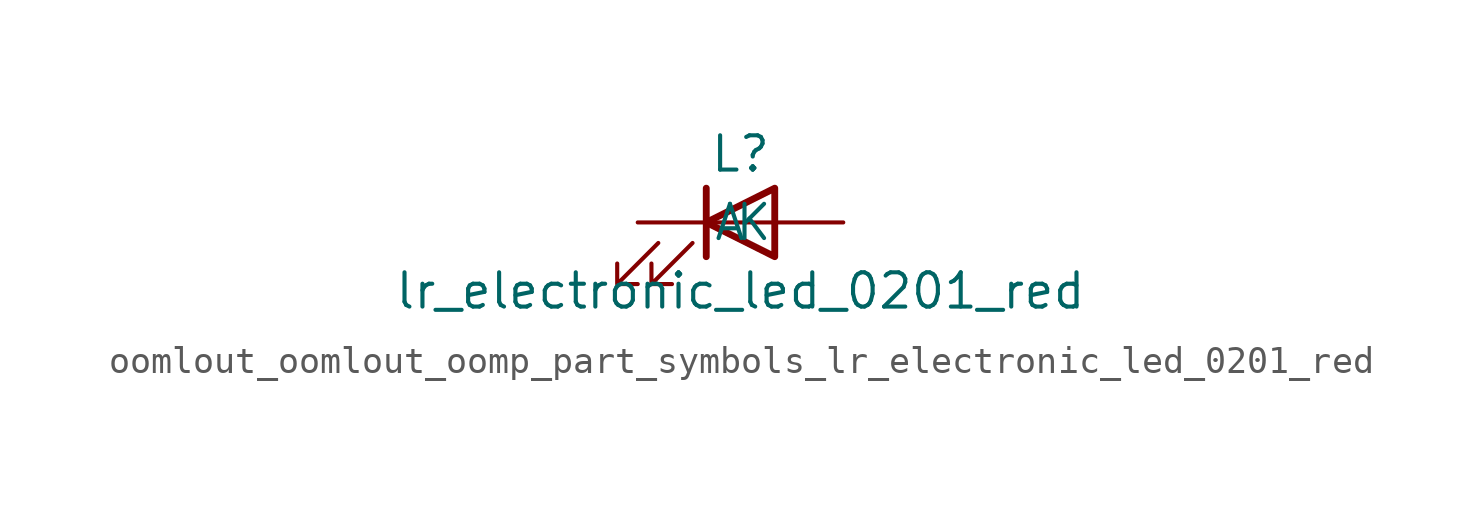
<source format=kicad_sym>
(kicad_symbol_lib
  (version 20220914)
  (generator kicad_symbol_editor)
  (symbol "oomlout_oomlout_oomp_part_symbols_lr_electronic_led_0201_red"
    (pin_numbers hide)
    (pin_names
      (offset 1.016))
    (property "Reference" "L"
      (at 0 2.54 0)
      (effects (font (size 1.27 1.27))))
    (property "Value" "lr_electronic_led_0201_red"
      (at 0 -2.54 0)
      (effects (font (size 1.27 1.27))))
    (symbol "oomlout_oomlout_oomp_part_symbols_lr_electronic_led_0201_red_0_1"
      (polyline (pts (xy -1.27 -1.27) (xy -1.27 1.27)) (stroke (width 0.254) (type default)) (fill (type none)))
      (polyline (pts (xy -1.27 0) (xy 1.27 0)) (stroke (width 0) (type default)) (fill (type none)))
      (polyline (pts (xy 1.27 -1.27) (xy 1.27 1.27) (xy -1.27 0) (xy 1.27 -1.27)) (stroke (width 0.254) (type default)) (fill (type none)))
      (polyline (pts (xy -3.048 -0.762) (xy -4.572 -2.286) (xy -3.81 -2.286) (xy -4.572 -2.286) (xy -4.572 -1.524)) (stroke (width 0) (type default)) (fill (type none)))
      (polyline (pts (xy -1.778 -0.762) (xy -3.302 -2.286) (xy -2.54 -2.286) (xy -3.302 -2.286) (xy -3.302 -1.524)) (stroke (width 0) (type default)) (fill (type none))))
    (symbol "oomlout_oomlout_oomp_part_symbols_lr_electronic_led_0201_red_1_1"
      (pin passive line (at -3.81 0 0) (length 2.54) (name "K" (effects (font (size 1.27 1.27)))) (number "1" (effects (font (size 1.27 1.27)))))
      (pin passive line (at 3.81 0 180) (length 2.54) (name "A" (effects (font (size 1.27 1.27)))) (number "2" (effects (font (size 1.27 1.27))))))))
</source>
